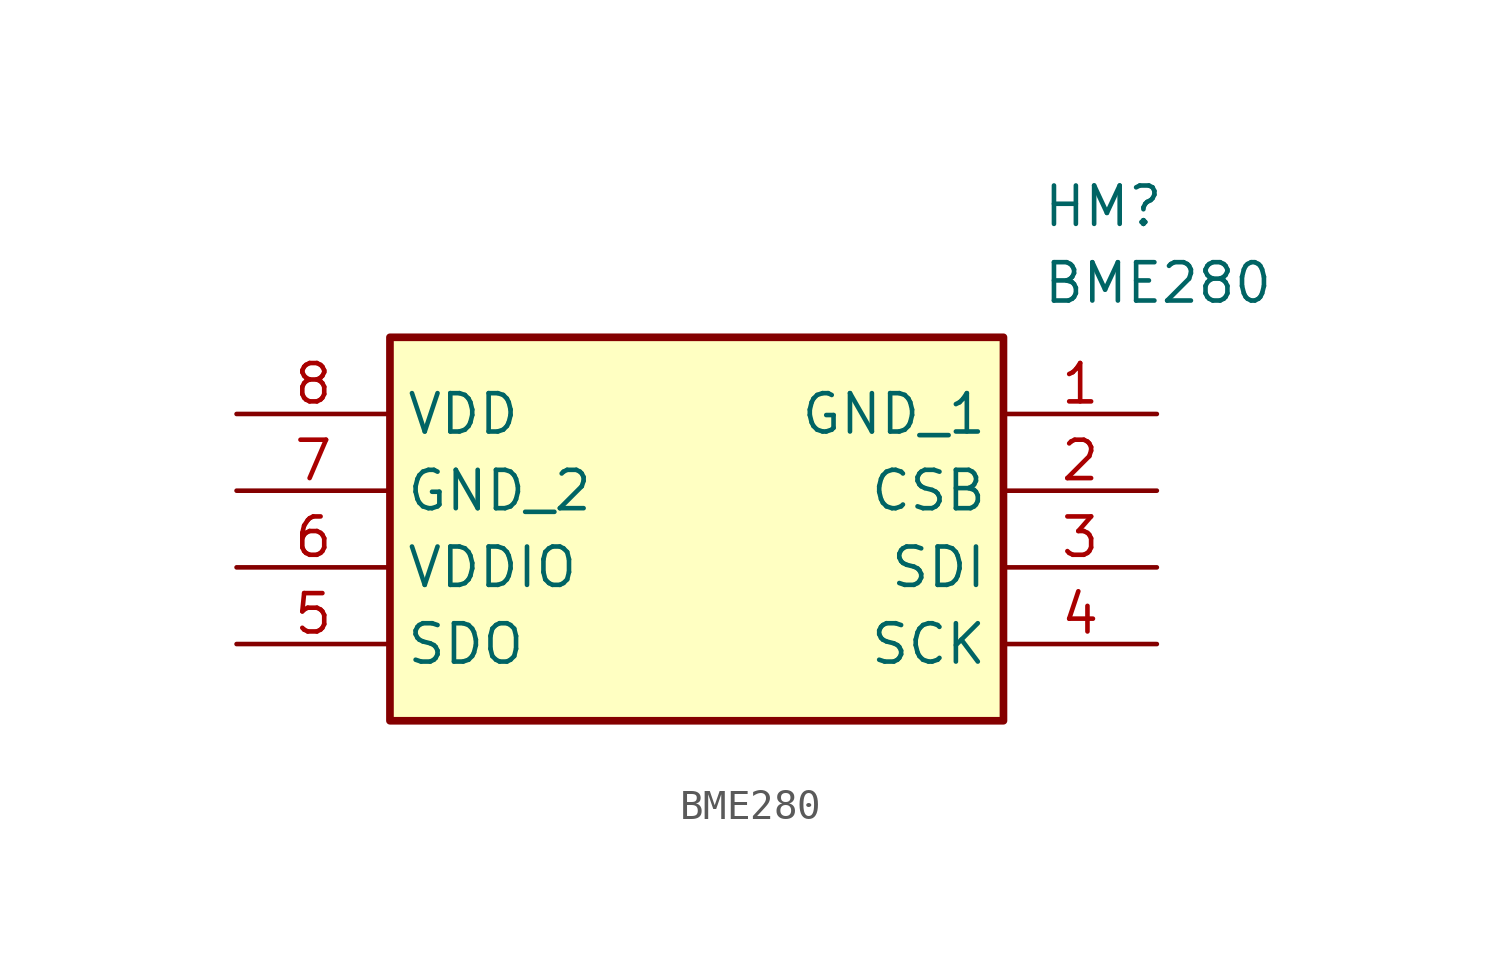
<source format=kicad_sym>
(kicad_symbol_lib
  (version 20211014)
  (generator SamacSys_ECAD_Model)
  (symbol "BME280"
    (property "Reference" "HM"
      (at 26.67 7.62 0)
      (effects (font (size 1.27 1.27)) (justify left top)))
    (property "Value" "BME280"
      (at 26.67 5.08 0)
      (effects (font (size 1.27 1.27)) (justify left top)))
    (rectangle
      (start 5.08 2.54)
      (end 25.4 -10.16)
      (stroke (width 0.254) (type default))
      (fill (type background)))
    (pin power_in line
      (at 30.48 0 180)
      (length 5.08)
      (name "GND_1" (effects (font (size 1.27 1.27))))
      (number "1" (effects (font (size 1.27 1.27)))))
    (pin input line
      (at 30.48 -2.54 180)
      (length 5.08)
      (name "CSB" (effects (font (size 1.27 1.27))))
      (number "2" (effects (font (size 1.27 1.27)))))
    (pin passive line
      (at 30.48 -5.08 180)
      (length 5.08)
      (name "SDI" (effects (font (size 1.27 1.27))))
      (number "3" (effects (font (size 1.27 1.27)))))
    (pin passive line
      (at 30.48 -7.62 180)
      (length 5.08)
      (name "SCK" (effects (font (size 1.27 1.27))))
      (number "4" (effects (font (size 1.27 1.27)))))
    (pin passive line
      (at 0 -7.62 0)
      (length 5.08)
      (name "SDO" (effects (font (size 1.27 1.27))))
      (number "5" (effects (font (size 1.27 1.27)))))
    (pin power_in line
      (at 0 -5.08 0)
      (length 5.08)
      (name "VDDIO" (effects (font (size 1.27 1.27))))
      (number "6" (effects (font (size 1.27 1.27)))))
    (pin power_in line
      (at 0 -2.54 0)
      (length 5.08)
      (name "GND_2" (effects (font (size 1.27 1.27))))
      (number "7" (effects (font (size 1.27 1.27)))))
    (pin power_in line
      (at 0 0 0)
      (length 5.08)
      (name "VDD" (effects (font (size 1.27 1.27))))
      (number "8" (effects (font (size 1.27 1.27)))))))
</source>
